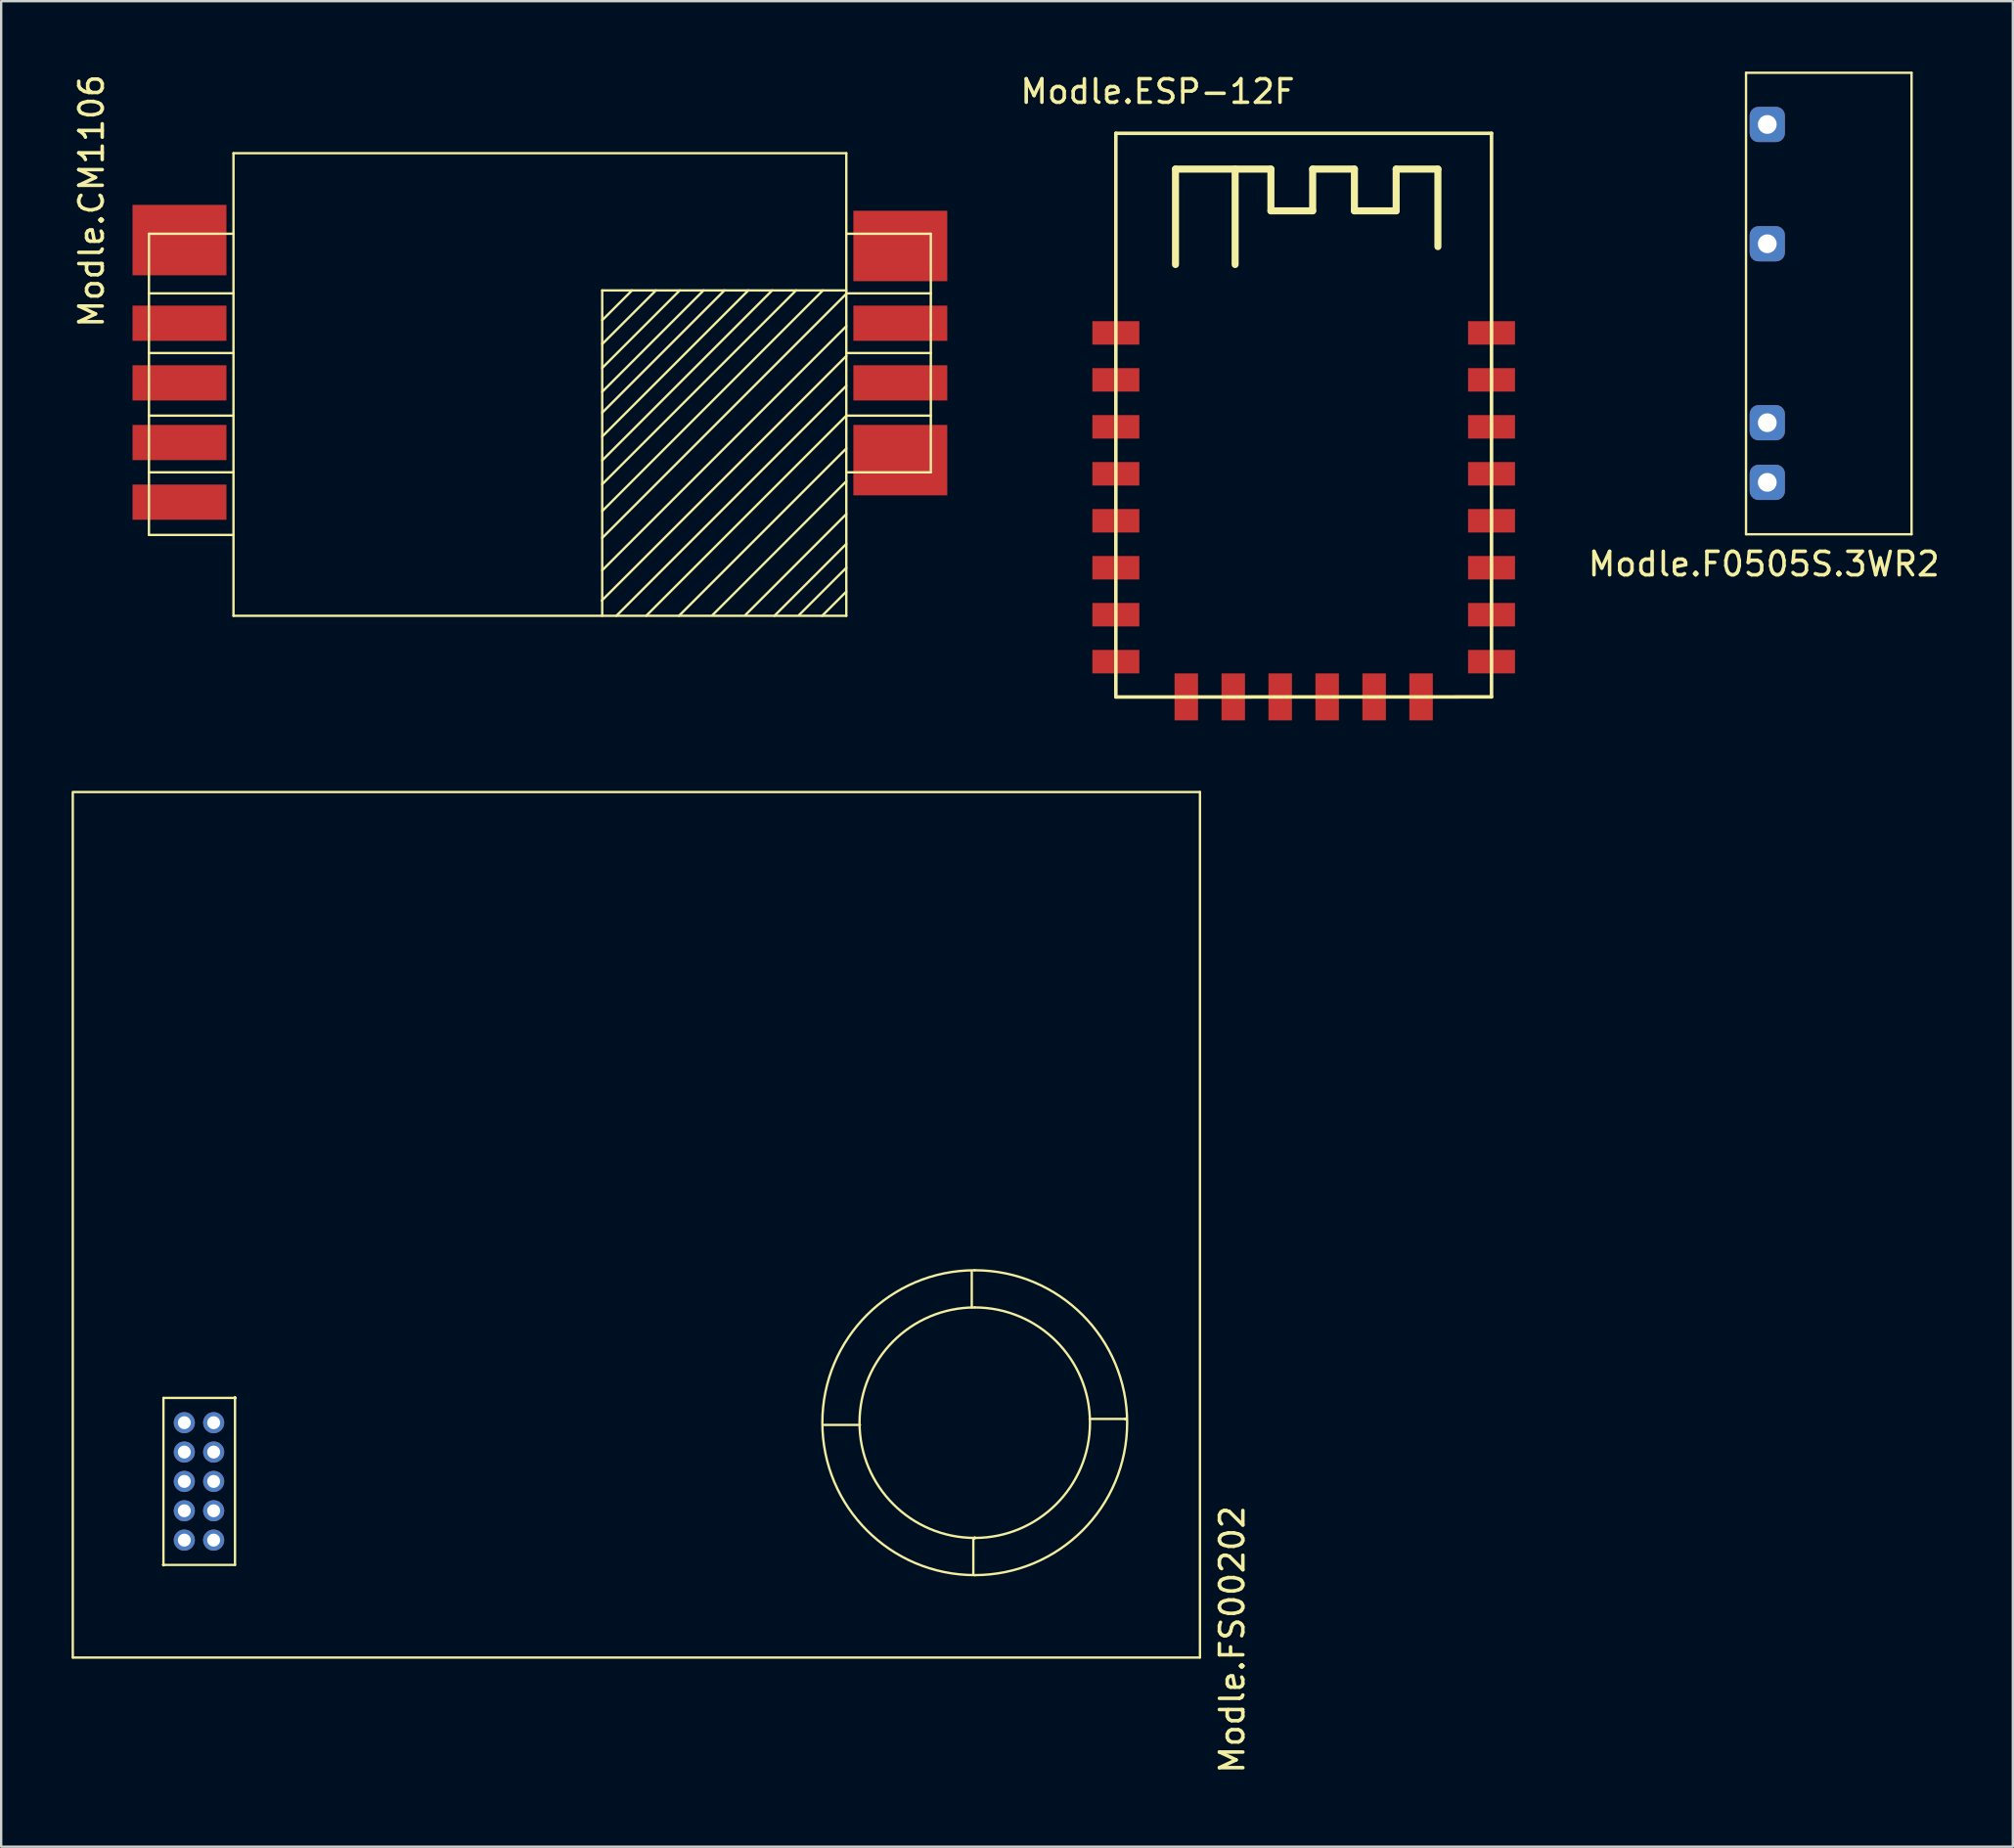
<source format=kicad_pcb>
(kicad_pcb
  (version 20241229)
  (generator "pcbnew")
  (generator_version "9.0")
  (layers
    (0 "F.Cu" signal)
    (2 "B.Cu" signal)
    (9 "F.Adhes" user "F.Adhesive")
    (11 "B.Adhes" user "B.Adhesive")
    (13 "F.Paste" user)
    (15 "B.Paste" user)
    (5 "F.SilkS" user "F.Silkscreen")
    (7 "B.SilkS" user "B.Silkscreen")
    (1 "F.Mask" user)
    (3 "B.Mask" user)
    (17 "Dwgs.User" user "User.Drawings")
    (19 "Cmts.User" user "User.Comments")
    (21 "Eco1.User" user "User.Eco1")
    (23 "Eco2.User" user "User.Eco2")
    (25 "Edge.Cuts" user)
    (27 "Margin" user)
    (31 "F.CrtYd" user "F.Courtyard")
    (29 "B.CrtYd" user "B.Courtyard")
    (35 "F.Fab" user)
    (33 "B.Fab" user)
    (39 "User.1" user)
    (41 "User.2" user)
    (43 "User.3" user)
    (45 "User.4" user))
  (footprint "Modle.CM1106"
    (layer "F.Cu")
    (at 20.813 13.126)
    (property "Reference" "Modle.CM1106" (at -19.964 -7.62 270) (layer "F.SilkS") (effects (font (size 1 1) (thickness 0.15))))
    (attr through_hole)
    (fp_line (start -17.519 -6.223) (end -17.519 6.604) (stroke (width 0.1) (type solid)) (layer "F.SilkS"))
    (fp_line (start -17.519 -6.223) (end -13.919 -6.223) (stroke (width 0.1) (type solid)) (layer "F.SilkS"))
    (fp_line (start -17.519 -3.683) (end -13.919 -3.683) (stroke (width 0.1) (type solid)) (layer "F.SilkS"))
    (fp_line (start -17.519 -1.143) (end -13.919 -1.143) (stroke (width 0.1) (type solid)) (layer "F.SilkS"))
    (fp_line (start -17.519 1.524) (end -13.919 1.524) (stroke (width 0.1) (type solid)) (layer "F.SilkS"))
    (fp_line (start -17.519 3.937) (end -13.919 3.937) (stroke (width 0.1) (type solid)) (layer "F.SilkS"))
    (fp_line (start -17.519 6.604) (end -13.919 6.604) (stroke (width 0.1) (type solid)) (layer "F.SilkS"))
    (fp_line (start -13.919 -9.652) (end -13.919 10.048) (stroke (width 0.1) (type solid)) (layer "F.SilkS"))
    (fp_line (start -13.919 -9.652) (end 12.181 -9.652) (stroke (width 0.1) (type solid)) (layer "F.SilkS"))
    (fp_line (start -13.919 10.048) (end 12.181 10.048) (stroke (width 0.1) (type solid)) (layer "F.SilkS"))
    (fp_line (start 1.785 -3.81) (end 1.785 10.048) (stroke (width 0.1) (type solid)) (layer "F.SilkS"))
    (fp_line (start 1.785 -3.81) (end 12.181 -3.81) (stroke (width 0.1) (type solid)) (layer "F.SilkS"))
    (fp_line (start 3.055 -3.81) (end 1.785 -2.54) (stroke (width 0.1) (type solid)) (layer "F.SilkS"))
    (fp_line (start 4.071 -3.81) (end 1.785 -1.524) (stroke (width 0.1) (type solid)) (layer "F.SilkS"))
    (fp_line (start 5.087 -3.81) (end 1.785 -0.508) (stroke (width 0.1) (type solid)) (layer "F.SilkS"))
    (fp_line (start 6.103 -3.81) (end 1.785 0.508) (stroke (width 0.1) (type solid)) (layer "F.SilkS"))
    (fp_line (start 6.992 -3.81) (end 1.785 1.397) (stroke (width 0.1) (type solid)) (layer "F.SilkS"))
    (fp_line (start 8.008 -3.81) (end 1.785 2.413) (stroke (width 0.1) (type solid)) (layer "F.SilkS"))
    (fp_line (start 9.024 -3.81) (end 1.785 3.429) (stroke (width 0.1) (type solid)) (layer "F.SilkS"))
    (fp_line (start 10.04 -3.81) (end 1.785 4.445) (stroke (width 0.1) (type solid)) (layer "F.SilkS"))
    (fp_line (start 11.183 -3.81) (end 1.785 5.588) (stroke (width 0.1) (type solid)) (layer "F.SilkS"))
    (fp_line (start 12.181 -9.652) (end 12.181 10.048) (stroke (width 0.1) (type solid)) (layer "F.SilkS"))
    (fp_line (start 12.181 -6.223) (end 15.781 -6.223) (stroke (width 0.1) (type solid)) (layer "F.SilkS"))
    (fp_line (start 12.181 -3.683) (end 15.781 -3.683) (stroke (width 0.1) (type solid)) (layer "F.SilkS"))
    (fp_line (start 12.181 -2.286) (end 1.785 8.11) (stroke (width 0.1) (type solid)) (layer "F.SilkS"))
    (fp_line (start 12.181 -1.143) (end 15.781 -1.143) (stroke (width 0.1) (type solid)) (layer "F.SilkS"))
    (fp_line (start 12.181 -1.016) (end 1.767 9.398) (stroke (width 0.1) (type solid)) (layer "F.SilkS"))
    (fp_line (start 12.181 0.254) (end 2.387 10.048) (stroke (width 0.1) (type solid)) (layer "F.SilkS"))
    (fp_line (start 12.181 1.524) (end 3.657 10.048) (stroke (width 0.1) (type solid)) (layer "F.SilkS"))
    (fp_line (start 12.181 1.524) (end 15.781 1.524) (stroke (width 0.1) (type solid)) (layer "F.SilkS"))
    (fp_line (start 12.181 2.921) (end 5.054 10.048) (stroke (width 0.1) (type solid)) (layer "F.SilkS"))
    (fp_line (start 12.181 3.937) (end 15.781 3.937) (stroke (width 0.1) (type solid)) (layer "F.SilkS"))
    (fp_line (start 12.181 4.318) (end 6.484 10.015) (stroke (width 0.1) (type solid)) (layer "F.SilkS"))
    (fp_line (start 12.181 5.715) (end 7.881 10.015) (stroke (width 0.1) (type solid)) (layer "F.SilkS"))
    (fp_line (start 12.181 6.985) (end 9.118 10.048) (stroke (width 0.1) (type solid)) (layer "F.SilkS"))
    (fp_line (start 12.181 8.001) (end 10.167 10.015) (stroke (width 0.1) (type solid)) (layer "F.SilkS"))
    (fp_line (start 12.181 9.017) (end 11.15 10.048) (stroke (width 0.1) (type solid)) (layer "F.SilkS"))
    (fp_line (start 12.19 -3.674) (end 1.785 6.731) (stroke (width 0.1) (type solid)) (layer "F.SilkS"))
    (fp_line (start 15.781 -6.223) (end 15.781 3.937) (stroke (width 0.1) (type solid)) (layer "F.SilkS"))
    (pad "1" smd rect (at -16.219 -5.952 270) (size 3 4) (layers "F.Cu" "F.Mask" "F.Paste"))
    (pad "2" smd rect (at -16.219 -2.412 270) (size 1.5 4) (layers "F.Cu" "F.Mask" "F.Paste"))
    (pad "3" smd rect (at -16.219 0.128 270) (size 1.5 4) (layers "F.Cu" "F.Mask" "F.Paste"))
    (pad "4" smd rect (at -16.219 2.668 270) (size 1.5 4) (layers "F.Cu" "F.Mask" "F.Paste"))
    (pad "5" smd rect (at -16.219 5.208 270) (size 1.5 4) (layers "F.Cu" "F.Mask" "F.Paste"))
    (pad "6" smd rect (at 14.481 -5.702 270) (size 3 4) (layers "F.Cu" "F.Mask" "F.Paste"))
    (pad "7" smd rect (at 14.481 -2.412 270) (size 1.5 4) (layers "F.Cu" "F.Mask" "F.Paste"))
    (pad "8" smd rect (at 14.481 0.128 270) (size 1.5 4) (layers "F.Cu" "F.Mask" "F.Paste"))
    (pad "9" smd rect (at 14.481 3.418 270) (size 3 4) (layers "F.Cu" "F.Mask" "F.Paste")))
  (footprint "Modle.ESP-12F"
    (layer "F.Cu")
    (at 52.602 15.326)
    (property "Reference" "Modle.ESP-12F" (at -6.35 -14.478 180) (layer "F.SilkS") (effects (font (size 1 1) (thickness 0.15))))
    (attr through_hole)
    (fp_line (start -8.128 -12.7) (end 7.872 -12.7) (stroke (width 0.15) (type solid)) (layer "F.SilkS"))
    (fp_line (start -8.128 11.3) (end -8.128 -12.7) (stroke (width 0.15) (type solid)) (layer "F.SilkS"))
    (fp_line (start -8.128 11.305) (end 7.872 11.3) (stroke (width 0.15) (type solid)) (layer "F.SilkS"))
    (fp_line (start -5.588 -7.112) (end -5.588 -11.176) (stroke (width 0.3) (type solid)) (layer "F.SilkS"))
    (fp_line (start -3.048 -7.112) (end -3.048 -11.176) (stroke (width 0.3) (type solid)) (layer "F.SilkS"))
    (fp_line (start -1.524 -11.176) (end -5.588 -11.176) (stroke (width 0.3) (type solid)) (layer "F.SilkS"))
    (fp_line (start -1.524 -9.398) (end -1.524 -11.176) (stroke (width 0.3) (type solid)) (layer "F.SilkS"))
    (fp_line (start 0.254 -9.398) (end -1.524 -9.398) (stroke (width 0.3) (type solid)) (layer "F.SilkS"))
    (fp_line (start 0.254 -9.398) (end 0.254 -11.176) (stroke (width 0.3) (type solid)) (layer "F.SilkS"))
    (fp_line (start 2.032 -11.176) (end 0.254 -11.176) (stroke (width 0.3) (type solid)) (layer "F.SilkS"))
    (fp_line (start 2.032 -9.398) (end 2.032 -11.176) (stroke (width 0.3) (type solid)) (layer "F.SilkS"))
    (fp_line (start 3.81 -9.398) (end 2.032 -9.398) (stroke (width 0.3) (type solid)) (layer "F.SilkS"))
    (fp_line (start 3.81 -9.398) (end 3.81 -11.176) (stroke (width 0.3) (type solid)) (layer "F.SilkS"))
    (fp_line (start 5.588 -11.176) (end 3.81 -11.176) (stroke (width 0.3) (type solid)) (layer "F.SilkS"))
    (fp_line (start 5.588 -7.874) (end 5.588 -11.176) (stroke (width 0.3) (type solid)) (layer "F.SilkS"))
    (fp_line (start 7.872 11.3) (end 7.872 -12.7) (stroke (width 0.15) (type solid)) (layer "F.SilkS"))
    (pad "1" smd rect (at -8.128 -4.2) (size 2 1) (layers "F.Cu" "F.Mask" "F.Paste"))
    (pad "2" smd rect (at -8.128 -2.2) (size 2 1) (layers "F.Cu" "F.Mask" "F.Paste"))
    (pad "3" smd rect (at -8.128 -0.2) (size 2 1) (layers "F.Cu" "F.Mask" "F.Paste"))
    (pad "4" smd rect (at -8.128 1.8) (size 2 1) (layers "F.Cu" "F.Mask" "F.Paste"))
    (pad "5" smd rect (at -8.128 3.8) (size 2 1) (layers "F.Cu" "F.Mask" "F.Paste"))
    (pad "6" smd rect (at -8.128 5.8) (size 2 1) (layers "F.Cu" "F.Mask" "F.Paste"))
    (pad "7" smd rect (at -8.128 7.8) (size 2 1) (layers "F.Cu" "F.Mask" "F.Paste"))
    (pad "8" smd rect (at -8.128 9.8) (size 2 1) (layers "F.Cu" "F.Mask" "F.Paste"))
    (pad "9" smd rect (at -5.128 11.3 90) (size 2 1) (layers "F.Cu" "F.Mask" "F.Paste"))
    (pad "10" smd rect (at -3.128 11.3 270) (size 2 1) (layers "F.Cu" "F.Mask" "F.Paste"))
    (pad "11" smd rect (at -1.128 11.3 270) (size 2 1) (layers "F.Cu" "F.Mask" "F.Paste"))
    (pad "12" smd rect (at 0.872 11.3 270) (size 2 1) (layers "F.Cu" "F.Mask" "F.Paste"))
    (pad "13" smd rect (at 2.872 11.3 270) (size 2 1) (layers "F.Cu" "F.Mask" "F.Paste"))
    (pad "14" smd rect (at 4.872 11.3 270) (size 2 1) (layers "F.Cu" "F.Mask" "F.Paste"))
    (pad "15" smd rect (at 7.872 9.8) (size 2 1) (layers "F.Cu" "F.Mask" "F.Paste"))
    (pad "16" smd rect (at 7.872 7.8) (size 2 1) (layers "F.Cu" "F.Mask" "F.Paste"))
    (pad "17" smd rect (at 7.872 5.8) (size 2 1) (layers "F.Cu" "F.Mask" "F.Paste"))
    (pad "18" smd rect (at 7.872 3.8) (size 2 1) (layers "F.Cu" "F.Mask" "F.Paste"))
    (pad "19" smd rect (at 7.872 1.8) (size 2 1) (layers "F.Cu" "F.Mask" "F.Paste"))
    (pad "20" smd rect (at 7.872 -0.2) (size 2 1) (layers "F.Cu" "F.Mask" "F.Paste"))
    (pad "21" smd rect (at 7.872 -2.2) (size 2 1) (layers "F.Cu" "F.Mask" "F.Paste"))
    (pad "22" smd rect (at 7.872 -4.2) (size 2 1) (layers "F.Cu" "F.Mask" "F.Paste")))
  (footprint "Modle.FS00202"
    (layer "F.Cu")
    (at 22.758 50.21)
    (property "Reference" "Modle.FS00202" (at 26.67 16.561 90) (layer "F.SilkS") (effects (font (size 1 1) (thickness 0.15))))
    (attr through_hole)
    (fp_line (start -22.708 17.323) (end -22.708 -19.477) (stroke (width 0.1) (type solid)) (layer "F.SilkS"))
    (fp_line (start -18.847 13.379) (end -18.847 6.267) (stroke (width 0.1) (type solid)) (layer "F.SilkS"))
    (fp_line (start -15.799 6.267) (end -18.847 6.267) (stroke (width 0.1) (type solid)) (layer "F.SilkS"))
    (fp_line (start -15.799 13.379) (end -18.847 13.379) (stroke (width 0.1) (type solid)) (layer "F.SilkS"))
    (fp_line (start -15.799 13.379) (end -15.799 6.267) (stroke (width 0.1) (type solid)) (layer "F.SilkS"))
    (fp_line (start 10.82 7.417) (end 9.296 7.417) (stroke (width 0.1) (type solid)) (layer "F.SilkS"))
    (fp_line (start 15.579 2.416) (end 15.579 0.892) (stroke (width 0.1) (type solid)) (layer "F.SilkS"))
    (fp_line (start 15.646 13.767) (end 15.646 12.243) (stroke (width 0.1) (type solid)) (layer "F.SilkS"))
    (fp_line (start 22.123 7.163) (end 20.599 7.163) (stroke (width 0.1) (type solid)) (layer "F.SilkS"))
    (fp_line (start 25.292 17.323) (end -22.708 17.323) (stroke (width 0.1) (type solid)) (layer "F.SilkS"))
    (fp_line (start 25.298 -19.534) (end -22.708 -19.534) (stroke (width 0.1) (type solid)) (layer "F.SilkS"))
    (fp_line (start 25.298 17.323) (end 25.298 -19.534) (stroke (width 0.1) (type solid)) (layer "F.SilkS"))
    (fp_arc (start -18.8466 13.3663) (mid -18.8341 13.3788) (end -18.8466 13.3913) (stroke (width 0.1) (type solid)) (layer "F.SilkS"))
    (fp_arc (start -18.8466 13.3663) (mid -18.8341 13.3788) (end -18.8466 13.3913) (stroke (width 0.1) (type solid)) (layer "F.SilkS"))
    (fp_arc (start -18.8466 13.391299) (mid -18.859099 13.3788) (end -18.8466 13.366301) (stroke (width 0.1) (type solid)) (layer "F.SilkS"))
    (fp_arc (start -18.8466 13.391299) (mid -18.859099 13.3788) (end -18.8466 13.366301) (stroke (width 0.1) (type solid)) (layer "F.SilkS"))
    (fp_arc (start -15.7986 6.2543) (mid -15.7861 6.2668) (end -15.7986 6.2793) (stroke (width 0.1) (type solid)) (layer "F.SilkS"))
    (fp_arc (start -15.7986 6.2543) (mid -15.7861 6.2668) (end -15.7986 6.2793) (stroke (width 0.1) (type solid)) (layer "F.SilkS"))
    (fp_arc (start -15.7986 6.279299) (mid -15.811099 6.2668) (end -15.7986 6.254301) (stroke (width 0.1) (type solid)) (layer "F.SilkS"))
    (fp_arc (start -15.7986 6.279299) (mid -15.811099 6.2668) (end -15.7986 6.254301) (stroke (width 0.1) (type solid)) (layer "F.SilkS"))
    (fp_arc (start 15.6464 12.2303) (mid 15.6589 12.2428) (end 15.6464 12.2553) (stroke (width 0.1) (type solid)) (layer "F.SilkS"))
    (fp_arc (start 15.6464 12.255299) (mid 15.633901 12.2428) (end 15.6464 12.230301) (stroke (width 0.1) (type solid)) (layer "F.SilkS"))
    (fp_arc (start 15.706399 0.832119) (mid 22.19708 7.3228) (end 15.706399 13.813481) (stroke (width 0.1) (type solid)) (layer "F.SilkS"))
    (fp_arc (start 15.706399 2.415601) (mid 20.613598 7.3228) (end 15.706399 12.229999) (stroke (width 0.1) (type solid)) (layer "F.SilkS"))
    (fp_arc (start 15.706399 12.2175) (mid 15.718898 12.229999) (end 15.706399 12.242498) (stroke (width 0.1) (type solid)) (layer "F.SilkS"))
    (fp_arc (start 15.706399 12.229999) (mid 10.7992 7.3228) (end 15.706399 2.415601) (stroke (width 0.1) (type solid)) (layer "F.SilkS"))
    (fp_arc (start 15.706399 12.242498) (mid 15.6939 12.229999) (end 15.706399 12.2175) (stroke (width 0.1) (type solid)) (layer "F.SilkS"))
    (fp_arc (start 15.706399 13.81348) (mid 9.215719 7.3228) (end 15.706399 0.83212) (stroke (width 0.1) (type solid)) (layer "F.SilkS"))
    (fp_arc (start 22.1234 7.1503) (mid 22.1359 7.1628) (end 22.1234 7.1753) (stroke (width 0.1) (type solid)) (layer "F.SilkS"))
    (fp_arc (start 22.1234 7.175299) (mid 22.110901 7.1628) (end 22.1234 7.150301) (stroke (width 0.1) (type solid)) (layer "F.SilkS"))
    (pad "1" thru_hole circle (at -17.958 12.323 90) (size 0.9 0.9) (drill 0.55) (layers "*.Cu" "*.Mask"))
    (pad "2" thru_hole circle (at -16.708 12.323 90) (size 0.9 0.9) (drill 0.55) (layers "*.Cu" "*.Mask"))
    (pad "3" thru_hole circle (at -17.958 11.073 90) (size 0.9 0.9) (drill 0.55) (layers "*.Cu" "*.Mask"))
    (pad "4" thru_hole circle (at -16.708 11.073 90) (size 0.9 0.9) (drill 0.55) (layers "*.Cu" "*.Mask"))
    (pad "5" thru_hole circle (at -17.958 9.823 90) (size 0.9 0.9) (drill 0.55) (layers "*.Cu" "*.Mask"))
    (pad "6" thru_hole circle (at -16.708 9.823 90) (size 0.9 0.9) (drill 0.55) (layers "*.Cu" "*.Mask"))
    (pad "7" thru_hole circle (at -17.958 8.573 90) (size 0.9 0.9) (drill 0.55) (layers "*.Cu" "*.Mask"))
    (pad "8" thru_hole circle (at -16.708 8.573 90) (size 0.9 0.9) (drill 0.55) (layers "*.Cu" "*.Mask"))
    (pad "9" thru_hole circle (at -17.958 7.323 90) (size 0.9 0.9) (drill 0.55) (layers "*.Cu" "*.Mask"))
    (pad "10" thru_hole circle (at -16.708 7.323 90) (size 0.9 0.9) (drill 0.55) (layers "*.Cu" "*.Mask")))
  (footprint "Modle.F0505S.3WR2"
    (layer "F.Cu")
    (at 73.828 10.556)
    (property "Reference" "Modle.F0505S.3WR2" (at -1.753 10.414 0) (layer "F.SilkS") (effects (font (size 1 1) (thickness 0.15))))
    (attr through_hole)
    (fp_line (start -2.515 -10.506) (end 4.535 -10.506) (stroke (width 0.1) (type solid)) (layer "F.SilkS"))
    (fp_line (start -2.515 9.144) (end -2.515 -10.506) (stroke (width 0.1) (type solid)) (layer "F.SilkS"))
    (fp_line (start -2.515 9.144) (end 4.535 9.144) (stroke (width 0.1) (type solid)) (layer "F.SilkS"))
    (fp_line (start 4.535 9.144) (end 4.535 -10.506) (stroke (width 0.1) (type solid)) (layer "F.SilkS"))
    (pad "1" thru_hole roundrect (at -1.61 6.934 270) (size 1.5 1.5) (drill 0.8) (layers "*.Cu" "*.Mask") (roundrect_rratio 0.25))
    (pad "2" thru_hole roundrect (at -1.61 4.394 270) (size 1.5 1.5) (drill 0.8) (layers "*.Cu" "*.Mask") (roundrect_rratio 0.25))
    (pad "3" thru_hole roundrect (at -1.61 -3.226 270) (size 1.5 1.5) (drill 0.8) (layers "*.Cu" "*.Mask") (roundrect_rratio 0.25))
    (pad "4" thru_hole roundrect (at -1.61 -8.306 270) (size 1.5 1.5) (drill 0.8) (layers "*.Cu" "*.Mask") (roundrect_rratio 0.25)))
  (gr_rect
    (start -3 -3)
    (end 82.676 75.587)
    (stroke (width 0.1) (type default))
    (fill no)
    (layer "Edge.Cuts")))
</source>
